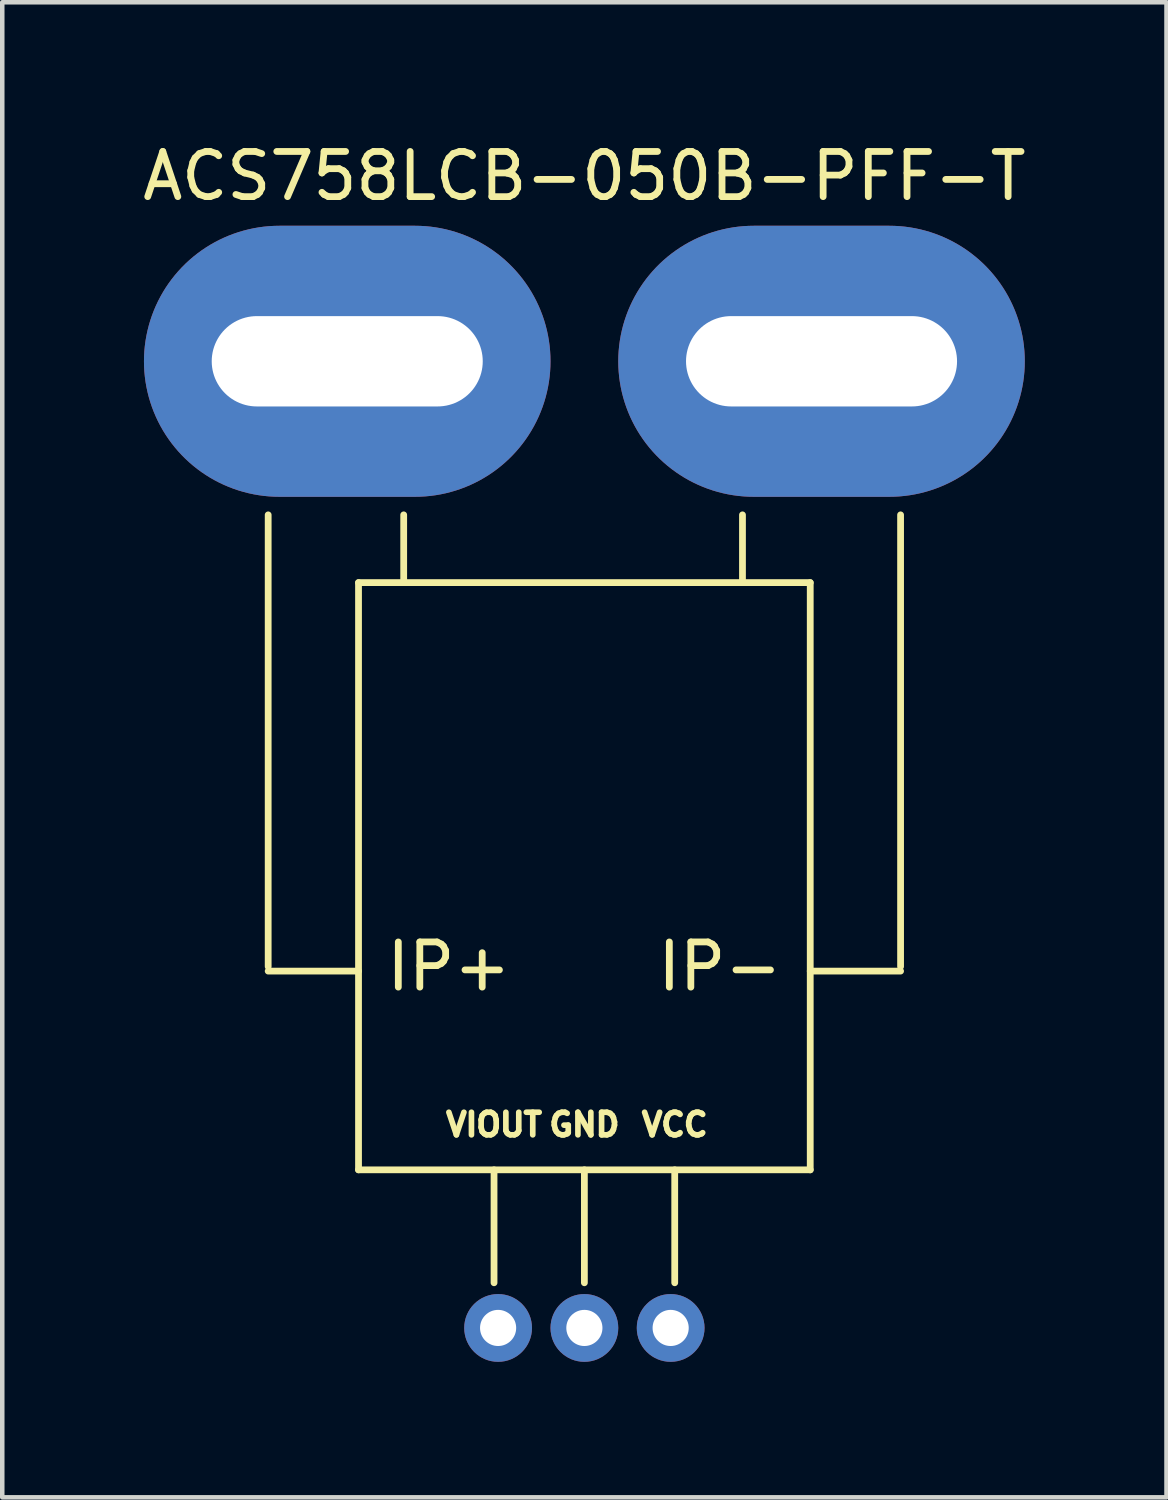
<source format=kicad_pcb>
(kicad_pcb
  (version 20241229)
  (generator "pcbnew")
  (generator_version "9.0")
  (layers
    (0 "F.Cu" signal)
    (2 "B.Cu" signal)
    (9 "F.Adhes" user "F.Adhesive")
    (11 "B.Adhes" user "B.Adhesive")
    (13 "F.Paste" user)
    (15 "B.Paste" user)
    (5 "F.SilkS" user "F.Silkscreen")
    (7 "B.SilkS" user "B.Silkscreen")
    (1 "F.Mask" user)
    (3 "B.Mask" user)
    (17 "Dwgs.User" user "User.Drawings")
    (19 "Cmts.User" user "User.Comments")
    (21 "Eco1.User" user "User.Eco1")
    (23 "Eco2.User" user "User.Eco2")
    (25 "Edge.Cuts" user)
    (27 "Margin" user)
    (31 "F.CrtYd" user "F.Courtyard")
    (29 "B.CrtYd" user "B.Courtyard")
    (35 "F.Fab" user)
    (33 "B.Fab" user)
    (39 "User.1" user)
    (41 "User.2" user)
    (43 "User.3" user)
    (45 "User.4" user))
  (footprint "ACS758LCB-050B-PFF-T"
    (layer "F.Cu")
    (at 9.887 26.348)
    (property "Reference" "ACS758LCB-050B-PFF-T" (at 0 -25.5 0) (layer "F.SilkS") (effects (font (size 1 1) (thickness 0.15))))
    (attr through_hole)
    (fp_line (start -7 -8) (end -7 -18) (stroke (width 0.15) (type solid)) (layer "F.SilkS"))
    (fp_line (start -7 -7.9) (end -5 -7.9) (stroke (width 0.15) (type solid)) (layer "F.SilkS"))
    (fp_line (start -5 -16.5) (end -5 -3.5) (stroke (width 0.15) (type solid)) (layer "F.SilkS"))
    (fp_line (start -5 -16.5) (end 5 -16.5) (stroke (width 0.15) (type solid)) (layer "F.SilkS"))
    (fp_line (start -5 -3.5) (end 5 -3.5) (stroke (width 0.15) (type solid)) (layer "F.SilkS"))
    (fp_line (start -4 -16.5) (end -4 -18) (stroke (width 0.15) (type solid)) (layer "F.SilkS"))
    (fp_line (start -2 -3.5) (end -2 -1) (stroke (width 0.15) (type solid)) (layer "F.SilkS"))
    (fp_line (start 0 -3.5) (end 0 -1) (stroke (width 0.15) (type solid)) (layer "F.SilkS"))
    (fp_line (start 2 -3.5) (end 2 -1) (stroke (width 0.15) (type solid)) (layer "F.SilkS"))
    (fp_line (start 3.5 -16.5) (end 3.5 -18) (stroke (width 0.15) (type solid)) (layer "F.SilkS"))
    (fp_line (start 5 -16.5) (end 5 -3.5) (stroke (width 0.15) (type solid)) (layer "F.SilkS"))
    (fp_line (start 5 -7.9) (end 7 -7.9) (stroke (width 0.15) (type solid)) (layer "F.SilkS"))
    (fp_line (start 7 -8) (end 7 -18) (stroke (width 0.15) (type solid)) (layer "F.SilkS"))
    (fp_text user "IP-" (at 3 -8 0) (layer "F.SilkS") (effects (font (size 1 1) (thickness 0.15))))
    (fp_text user "VCC" (at 2 -4.5 0) (layer "F.SilkS") (effects (font (size 0.5 0.5) (thickness 0.125))))
    (fp_text user "VIOUT" (at -2 -4.5 0) (layer "F.SilkS") (effects (font (size 0.5 0.5) (thickness 0.125))))
    (fp_text user "GND" (at 0 -4.5 0) (layer "F.SilkS") (effects (font (size 0.5 0.5) (thickness 0.125))))
    (fp_text user "IP+" (at -3 -8 0) (layer "F.SilkS") (effects (font (size 1 1) (thickness 0.15))))
    (pad "1" thru_hole oval (at -5.25 -21.4) (size 9 6) (drill oval 6 2) (layers "*.Cu" "*.Mask"))
    (pad "2" thru_hole oval (at 5.25 -21.4) (size 9 6) (drill oval 6 2) (layers "*.Cu" "*.Mask"))
    (pad "3" thru_hole circle (at -1.91 0) (size 1.5 1.5) (drill 0.8) (layers "*.Cu" "*.Mask"))
    (pad "4" thru_hole circle (at 0 0) (size 1.5 1.5) (drill 0.8) (layers "*.Cu" "*.Mask"))
    (pad "5" thru_hole circle (at 1.91 0) (size 1.5 1.5) (drill 0.8) (layers "*.Cu" "*.Mask")))
  (gr_rect
    (start -3 -3)
    (end 22.774 30.098)
    (stroke (width 0.1) (type default))
    (fill no)
    (layer "Edge.Cuts")))
</source>
